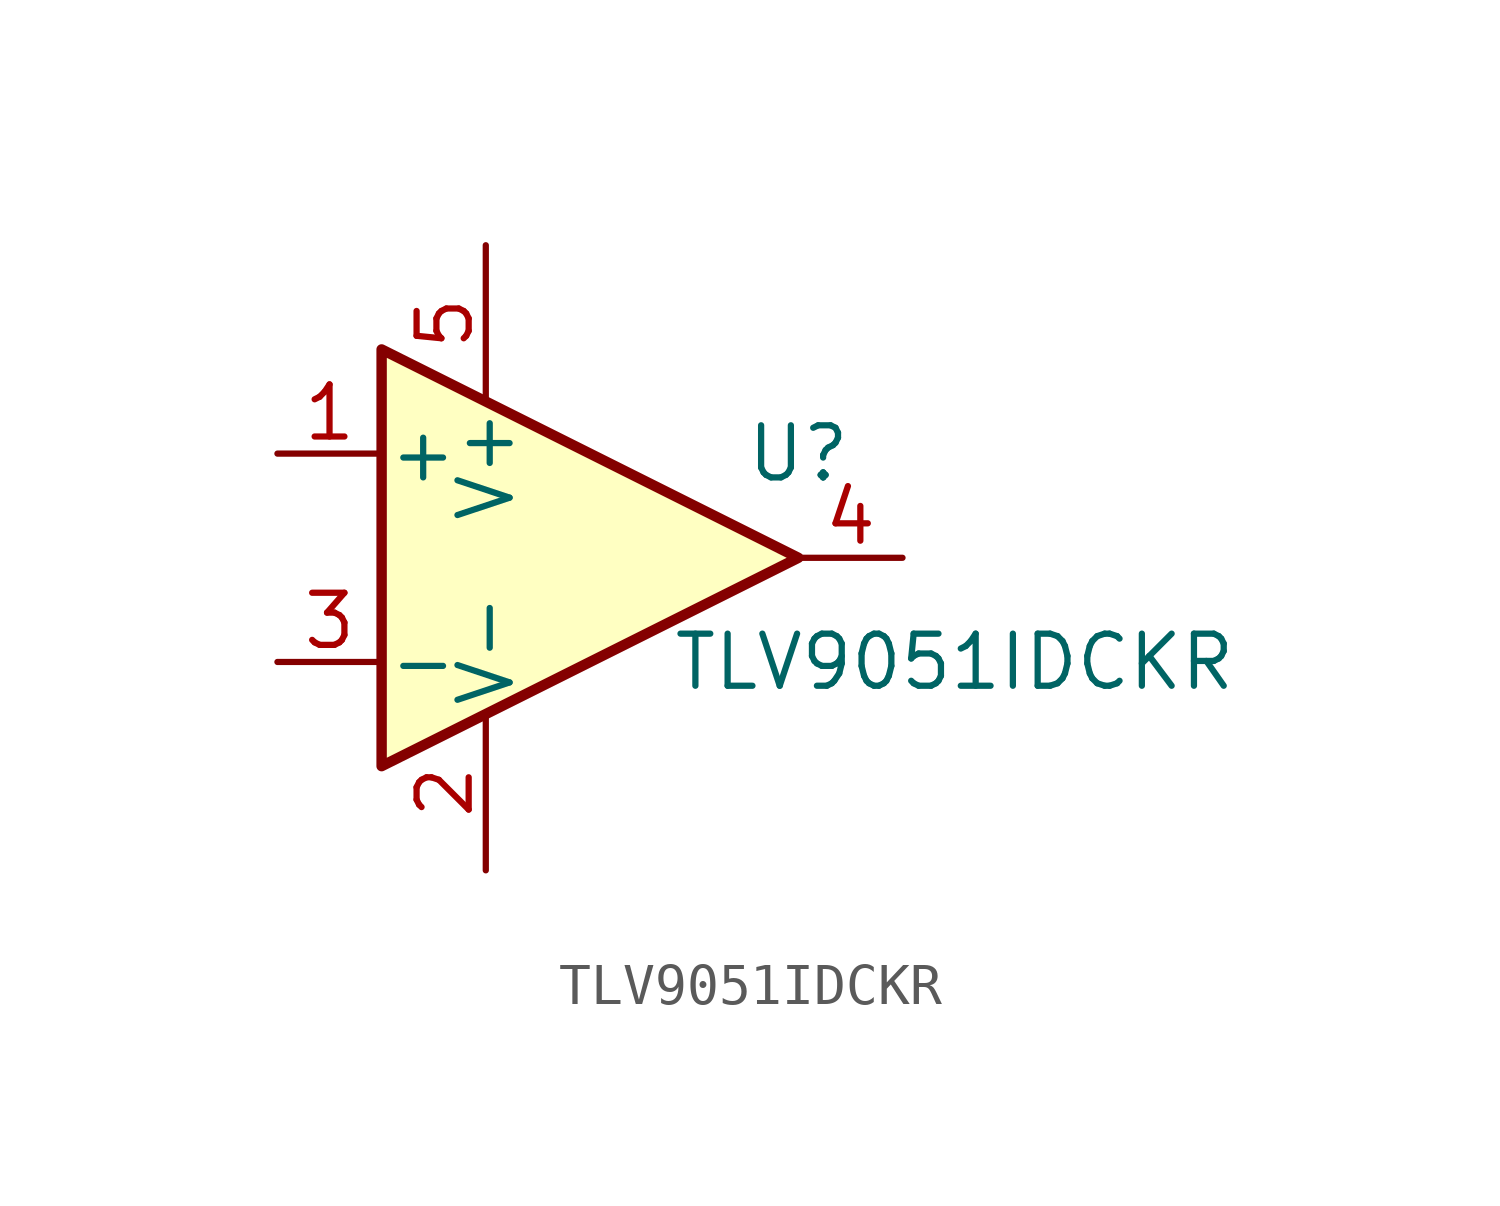
<source format=kicad_sym>
(kicad_symbol_lib
  (version 20201005)
  (generator kicad_symbol_editor)
  (symbol "opamps:TLV9051IDCKR"
    (pin_names
      (offset 0.127))
    (property "Reference" "U"
      (at 7.62 2.54 0)
      (effects (font (size 1.27 1.27))))
    (property "Value" "TLV9051IDCKR"
      (at 11.43 -2.54 0)
      (effects (font (size 1.27 1.27))))
    (symbol "TLV9051IDCKR_0_1"
      (polyline (pts (xy -2.54 5.08) (xy -2.54 -5.08) (xy 7.62 0) (xy -2.54 5.08)) (stroke (width 0.254)) (fill (type background))))
    (symbol "TLV9051IDCKR_1_1"
      (pin input line (at -5.08 2.54 0) (length 2.54) (name "+" (effects (font (size 1.27 1.27)))) (number "1" (effects (font (size 1.27 1.27)))))
      (pin power_in line (at 0 -7.62 90) (length 3.81) (name "V-" (effects (font (size 1.27 1.27)))) (number "2" (effects (font (size 1.27 1.27)))))
      (pin input line (at -5.08 -2.54 0) (length 2.54) (name "-" (effects (font (size 1.27 1.27)))) (number "3" (effects (font (size 1.27 1.27)))))
      (pin output line (at 10.16 0 180) (length 2.54) (name "~" (effects (font (size 1.27 1.27)))) (number "4" (effects (font (size 1.27 1.27)))))
      (pin power_in line (at 0 7.62 270) (length 3.81) (name "V+" (effects (font (size 1.27 1.27)))) (number "5" (effects (font (size 1.27 1.27))))))))
</source>
